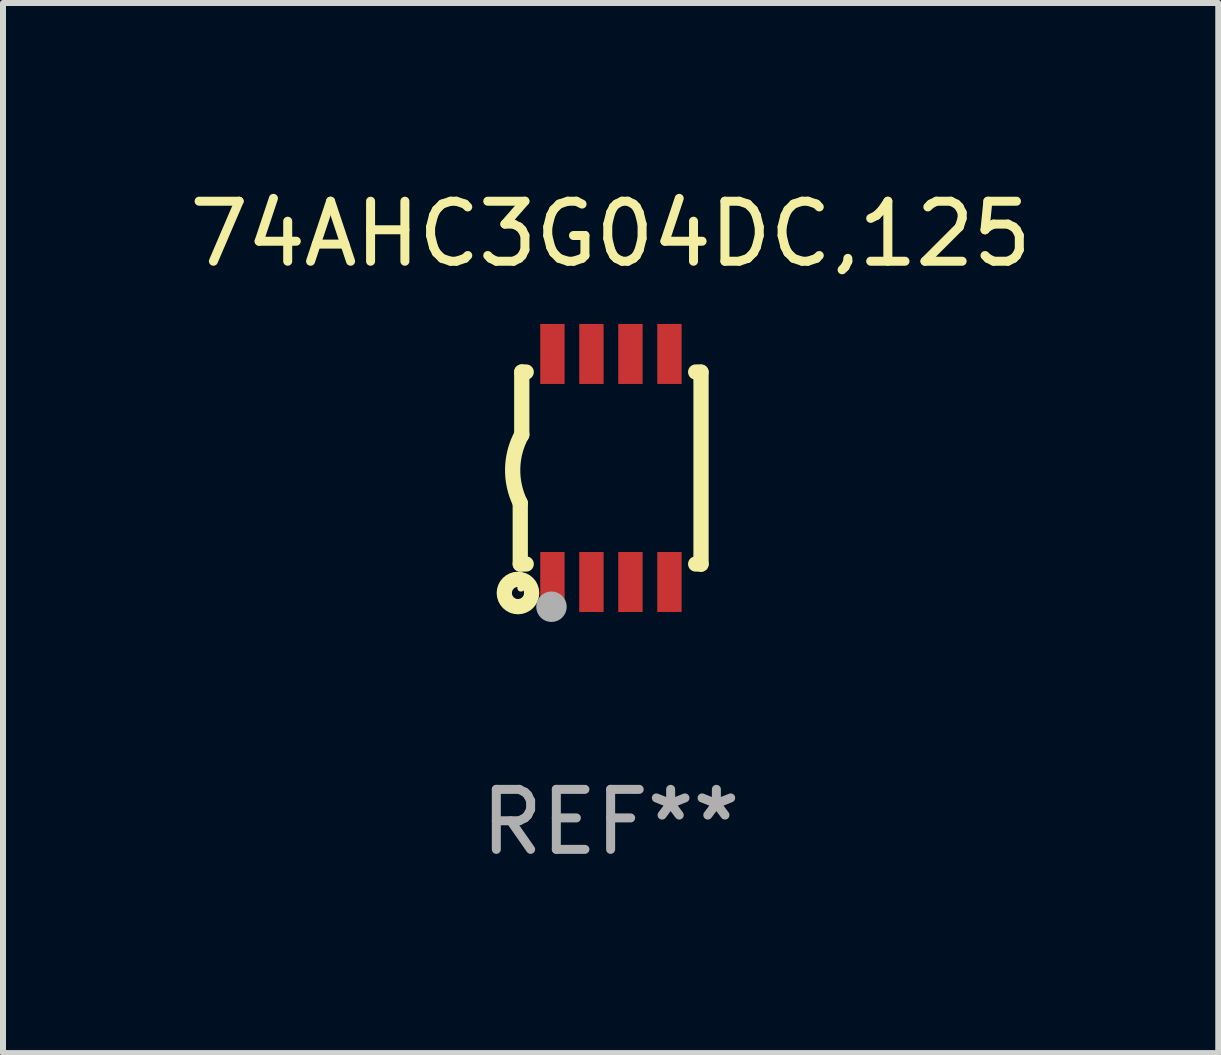
<source format=kicad_pcb>
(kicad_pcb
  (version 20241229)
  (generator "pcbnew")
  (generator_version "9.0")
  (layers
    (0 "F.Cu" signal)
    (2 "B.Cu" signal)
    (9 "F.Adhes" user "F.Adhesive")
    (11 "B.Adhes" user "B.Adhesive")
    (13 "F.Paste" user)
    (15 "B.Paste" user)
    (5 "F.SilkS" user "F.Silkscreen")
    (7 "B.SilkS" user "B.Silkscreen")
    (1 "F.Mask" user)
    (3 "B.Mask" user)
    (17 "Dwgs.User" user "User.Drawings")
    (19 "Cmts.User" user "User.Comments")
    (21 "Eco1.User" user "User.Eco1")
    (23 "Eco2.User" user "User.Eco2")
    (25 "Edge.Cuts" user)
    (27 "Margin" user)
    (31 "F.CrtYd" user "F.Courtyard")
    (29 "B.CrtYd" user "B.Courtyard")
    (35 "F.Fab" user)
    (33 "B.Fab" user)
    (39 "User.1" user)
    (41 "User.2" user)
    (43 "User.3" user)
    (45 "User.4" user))
  (footprint "74AHC3G04DC,125"
    (layer "F.Cu")
    (at 7.125 4.748)
    (property "Reference" "74AHC3G04DC,125" (at 0 -3.9 0) (layer "F.SilkS") (effects (font (size 1 1) (thickness 0.15))))
    (attr through_hole)
    (fp_line (start -1.506 1.6) (end -1.506 0.584) (stroke (width 0.254) (type solid)) (layer "F.SilkS"))
    (fp_line (start -1.506 1.6) (end -1.407 1.6) (stroke (width 0.254) (type solid)) (layer "F.SilkS"))
    (fp_line (start -1.481 -1.599) (end -1.481 -0.549) (stroke (width 0.254) (type solid)) (layer "F.SilkS"))
    (fp_line (start -1.481 -1.599) (end -1.407 -1.599) (stroke (width 0.254) (type solid)) (layer "F.SilkS"))
    (fp_line (start 1.417 -1.599) (end 1.506 -1.599) (stroke (width 0.254) (type solid)) (layer "F.SilkS"))
    (fp_line (start 1.417 1.6) (end 1.506 1.6) (stroke (width 0.254) (type solid)) (layer "F.SilkS"))
    (fp_line (start 1.506 1.603) (end 1.506 -1.595) (stroke (width 0.254) (type solid)) (layer "F.SilkS"))
    (fp_arc (start -1.506223 0.584328) (mid -1.632455 0.00974) (end -1.480823 -0.558674) (stroke (width 0.254001) (type solid)) (layer "F.SilkS"))
    (fp_circle (center -1.544 2.083) (end -1.443 2.083) (stroke (width 0.254) (type solid)) (fill no) (layer "F.SilkS"))
    (fp_circle (center -1.495 2) (end -1.465 2) (stroke (width 0.06) (type solid)) (fill no) (layer "F.SilkS"))
    (fp_circle (center -0.986 2.312) (end -0.859 2.312) (stroke (width 0.254) (type solid)) (fill no) (layer "F.Fab"))
    (fp_text user "REF**" (at 0 5.9 0) (layer "F.Fab") (effects (font (size 1 1) (thickness 0.15))))
    (pad "1" smd rect (at -0.97 1.9 90) (size 1 0.406) (layers "F.Cu" "F.Mask" "F.Paste"))
    (pad "2" smd rect (at -0.32 1.9 90) (size 1 0.406) (layers "F.Cu" "F.Mask" "F.Paste"))
    (pad "3" smd rect (at 0.33 1.9 90) (size 1 0.406) (layers "F.Cu" "F.Mask" "F.Paste"))
    (pad "4" smd rect (at 0.98 1.9 90) (size 1 0.406) (layers "F.Cu" "F.Mask" "F.Paste"))
    (pad "5" smd rect (at 0.98 -1.9 90) (size 1 0.406) (layers "F.Cu" "F.Mask" "F.Paste"))
    (pad "6" smd rect (at 0.33 -1.9 90) (size 1 0.406) (layers "F.Cu" "F.Mask" "F.Paste"))
    (pad "7" smd rect (at -0.32 -1.9 90) (size 1 0.406) (layers "F.Cu" "F.Mask" "F.Paste"))
    (pad "8" smd rect (at -0.97 -1.9 90) (size 1 0.406) (layers "F.Cu" "F.Mask" "F.Paste")))
  (gr_rect
    (start -3 -3)
    (end 17.25 14.497)
    (stroke (width 0.1) (type default))
    (fill no)
    (layer "Edge.Cuts")))
</source>
